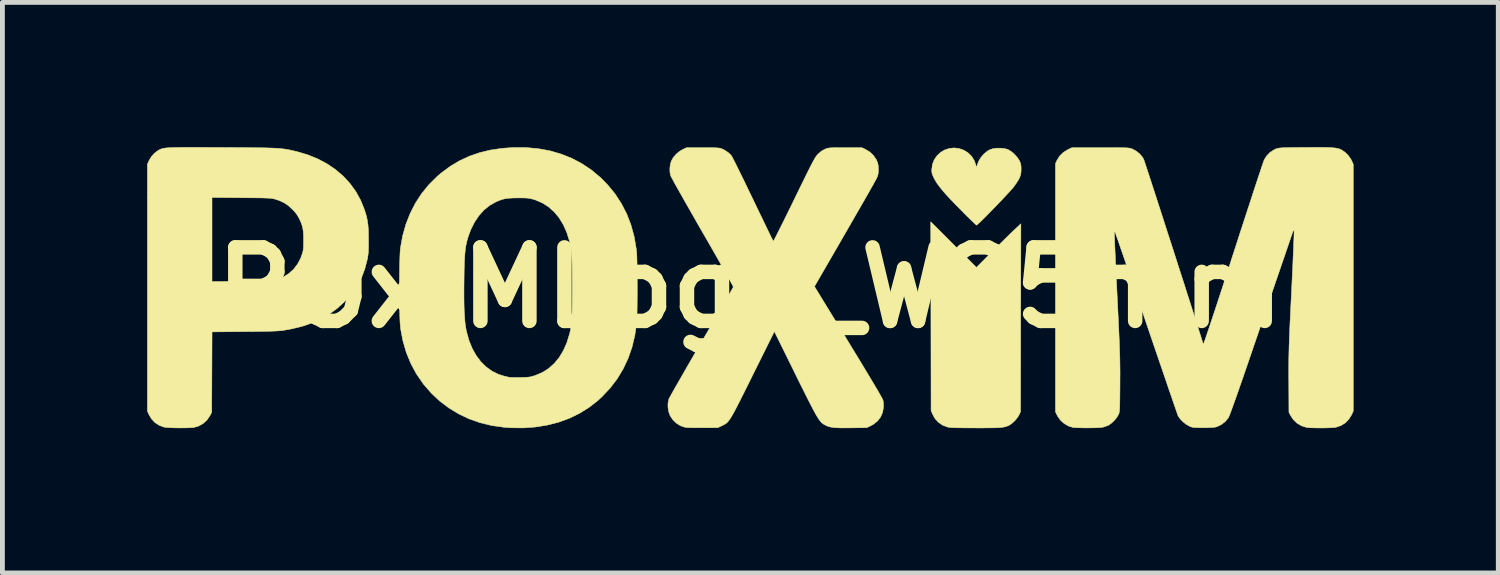
<source format=kicad_pcb>
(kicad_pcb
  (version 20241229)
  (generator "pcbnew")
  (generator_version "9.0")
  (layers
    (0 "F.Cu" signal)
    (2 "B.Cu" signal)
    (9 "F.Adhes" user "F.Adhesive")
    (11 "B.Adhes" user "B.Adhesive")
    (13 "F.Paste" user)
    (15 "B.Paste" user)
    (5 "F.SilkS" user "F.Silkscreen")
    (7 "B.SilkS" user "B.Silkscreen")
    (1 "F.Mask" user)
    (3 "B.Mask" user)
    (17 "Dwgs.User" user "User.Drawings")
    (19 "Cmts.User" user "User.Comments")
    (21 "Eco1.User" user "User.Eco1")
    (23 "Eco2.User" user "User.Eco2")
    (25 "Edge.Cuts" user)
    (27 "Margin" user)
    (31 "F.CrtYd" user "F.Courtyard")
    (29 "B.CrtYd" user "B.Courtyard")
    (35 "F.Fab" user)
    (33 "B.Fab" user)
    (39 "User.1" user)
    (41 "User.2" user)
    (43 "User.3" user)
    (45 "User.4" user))
  (footprint "POxiMLogo_W25mm"
    (layer "F.Cu")
    (at 12.495 2.912)
    (property "Reference" "POxiMLogo_W25mm" (at 0 0 0) (layer "F.SilkS") (effects (font (size 1.524 1.524) (thickness 0.3))))
    (attr through_hole)
    (fp_poly (pts (xy 4.693 -0.419) (xy 5.004 -0.731) (xy 5.085 -0.812) (xy 5.168 -0.894) (xy 5.249 -0.974) (xy 5.324 -1.048) (xy 5.39 -1.113) (xy 5.444 -1.164) (xy 5.464 -1.184) (xy 5.614 -1.324) (xy 5.61 0.624) (xy 5.607 2.572) (xy 5.579 2.632) (xy 5.542 2.693) (xy 5.492 2.754) (xy 5.435 2.808) (xy 5.378 2.848) (xy 5.372 2.851) (xy 5.344 2.864) (xy 5.314 2.876) (xy 5.282 2.885) (xy 5.245 2.892) (xy 5.199 2.898) (xy 5.142 2.902) (xy 5.073 2.905) (xy 4.987 2.906) (xy 4.882 2.907) (xy 4.756 2.908) (xy 4.67 2.907) (xy 4.534 2.907) (xy 4.422 2.906) (xy 4.33 2.905) (xy 4.257 2.903) (xy 4.199 2.901) (xy 4.154 2.898) (xy 4.121 2.894) (xy 4.096 2.889) (xy 4.09 2.888) (xy 3.989 2.849) (xy 3.903 2.789) (xy 3.833 2.712) (xy 3.782 2.618) (xy 3.782 2.618) (xy 3.753 2.546) (xy 3.75 0.591) (xy 3.746 -1.365) (xy 4.693 -0.419)) (stroke (width 0.01) (type solid)) (fill yes) (layer "F.SilkS"))
    (fp_poly (pts (xy 4.333 -2.884) (xy 4.43 -2.85) (xy 4.516 -2.797) (xy 4.589 -2.727) (xy 4.644 -2.642) (xy 4.678 -2.553) (xy 4.696 -2.483) (xy 4.705 -2.527) (xy 4.735 -2.613) (xy 4.785 -2.697) (xy 4.85 -2.773) (xy 4.925 -2.834) (xy 4.975 -2.861) (xy 5.035 -2.88) (xy 5.109 -2.89) (xy 5.189 -2.891) (xy 5.267 -2.884) (xy 5.332 -2.868) (xy 5.35 -2.861) (xy 5.414 -2.822) (xy 5.479 -2.767) (xy 5.537 -2.703) (xy 5.581 -2.638) (xy 5.584 -2.63) (xy 5.603 -2.589) (xy 5.613 -2.55) (xy 5.618 -2.505) (xy 5.619 -2.451) (xy 5.617 -2.393) (xy 5.609 -2.341) (xy 5.592 -2.29) (xy 5.565 -2.236) (xy 5.526 -2.174) (xy 5.472 -2.099) (xy 5.463 -2.087) (xy 5.439 -2.057) (xy 5.401 -2.014) (xy 5.352 -1.96) (xy 5.294 -1.898) (xy 5.229 -1.829) (xy 5.159 -1.756) (xy 5.088 -1.681) (xy 5.015 -1.607) (xy 4.946 -1.535) (xy 4.88 -1.469) (xy 4.821 -1.41) (xy 4.771 -1.361) (xy 4.731 -1.324) (xy 4.705 -1.302) (xy 4.695 -1.295) (xy 4.684 -1.304) (xy 4.656 -1.329) (xy 4.616 -1.368) (xy 4.563 -1.418) (xy 4.502 -1.478) (xy 4.433 -1.546) (xy 4.377 -1.604) (xy 4.255 -1.728) (xy 4.15 -1.837) (xy 4.062 -1.932) (xy 3.989 -2.017) (xy 3.928 -2.092) (xy 3.879 -2.159) (xy 3.841 -2.22) (xy 3.814 -2.268) (xy 3.79 -2.321) (xy 3.775 -2.361) (xy 3.768 -2.398) (xy 3.767 -2.441) (xy 3.767 -2.45) (xy 3.781 -2.554) (xy 3.817 -2.648) (xy 3.873 -2.731) (xy 3.945 -2.8) (xy 4.03 -2.852) (xy 4.127 -2.885) (xy 4.229 -2.896) (xy 4.333 -2.884)) (stroke (width 0.01) (type solid)) (fill yes) (layer "F.SilkS"))
    (fp_poly (pts (xy -11.36 -2.907) (xy -11.187 -2.906) (xy -10.991 -2.905) (xy -10.941 -2.905) (xy -10.737 -2.904) (xy -10.556 -2.903) (xy -10.397 -2.902) (xy -10.257 -2.9) (xy -10.136 -2.899) (xy -10.03 -2.897) (xy -9.938 -2.894) (xy -9.859 -2.891) (xy -9.789 -2.887) (xy -9.728 -2.882) (xy -9.674 -2.876) (xy -9.623 -2.869) (xy -9.576 -2.861) (xy -9.529 -2.852) (xy -9.481 -2.841) (xy -9.43 -2.829) (xy -9.385 -2.818) (xy -9.163 -2.752) (xy -8.955 -2.667) (xy -8.763 -2.565) (xy -8.588 -2.445) (xy -8.43 -2.31) (xy -8.291 -2.159) (xy -8.171 -1.994) (xy -8.072 -1.815) (xy -8.003 -1.647) (xy -7.972 -1.556) (xy -7.948 -1.473) (xy -7.931 -1.392) (xy -7.919 -1.308) (xy -7.911 -1.215) (xy -7.908 -1.108) (xy -7.907 -0.991) (xy -7.907 -0.892) (xy -7.908 -0.815) (xy -7.91 -0.753) (xy -7.914 -0.701) (xy -7.92 -0.656) (xy -7.927 -0.611) (xy -7.935 -0.575) (xy -7.985 -0.385) (xy -8.05 -0.213) (xy -8.132 -0.055) (xy -8.233 0.095) (xy -8.356 0.24) (xy -8.407 0.293) (xy -8.556 0.429) (xy -8.716 0.546) (xy -8.888 0.647) (xy -9.075 0.731) (xy -9.278 0.8) (xy -9.499 0.854) (xy -9.666 0.884) (xy -9.702 0.889) (xy -9.744 0.893) (xy -9.794 0.897) (xy -9.856 0.9) (xy -9.93 0.903) (xy -10.02 0.905) (xy -10.127 0.907) (xy -10.255 0.909) (xy -10.404 0.91) (xy -10.474 0.911) (xy -11.15 0.917) (xy -11.157 2.584) (xy -11.193 2.652) (xy -11.254 2.742) (xy -11.332 2.814) (xy -11.425 2.867) (xy -11.522 2.896) (xy -11.562 2.901) (xy -11.622 2.904) (xy -11.695 2.906) (xy -11.778 2.907) (xy -11.863 2.907) (xy -11.947 2.905) (xy -12.023 2.902) (xy -12.087 2.898) (xy -12.133 2.893) (xy -12.148 2.89) (xy -12.247 2.853) (xy -12.335 2.795) (xy -12.406 2.718) (xy -12.454 2.638) (xy -12.49 2.559) (xy -12.49 -0.126) (xy -11.151 -0.126) (xy -10.531 -0.13) (xy -10.39 -0.131) (xy -10.271 -0.132) (xy -10.173 -0.133) (xy -10.093 -0.135) (xy -10.028 -0.136) (xy -9.977 -0.138) (xy -9.936 -0.141) (xy -9.904 -0.144) (xy -9.878 -0.148) (xy -9.855 -0.153) (xy -9.833 -0.159) (xy -9.817 -0.163) (xy -9.682 -0.217) (xy -9.563 -0.289) (xy -9.461 -0.38) (xy -9.377 -0.489) (xy -9.311 -0.614) (xy -9.288 -0.677) (xy -9.275 -0.72) (xy -9.265 -0.758) (xy -9.259 -0.797) (xy -9.255 -0.843) (xy -9.254 -0.903) (xy -9.253 -0.978) (xy -9.254 -1.08) (xy -9.259 -1.162) (xy -9.269 -1.233) (xy -9.287 -1.299) (xy -9.312 -1.365) (xy -9.344 -1.435) (xy -9.384 -1.505) (xy -9.435 -1.571) (xy -9.487 -1.626) (xy -9.571 -1.702) (xy -9.656 -1.759) (xy -9.752 -1.804) (xy -9.83 -1.83) (xy -9.853 -1.837) (xy -9.875 -1.842) (xy -9.899 -1.847) (xy -9.927 -1.851) (xy -9.962 -1.854) (xy -10.006 -1.856) (xy -10.062 -1.858) (xy -10.133 -1.86) (xy -10.219 -1.861) (xy -10.325 -1.862) (xy -10.452 -1.863) (xy -10.538 -1.864) (xy -11.151 -1.869) (xy -11.151 -0.126) (xy -12.49 -0.126) (xy -12.49 -2.559) (xy -12.454 -2.638) (xy -12.407 -2.715) (xy -12.344 -2.786) (xy -12.272 -2.841) (xy -12.247 -2.855) (xy -12.228 -2.864) (xy -12.209 -2.873) (xy -12.188 -2.88) (xy -12.163 -2.886) (xy -12.134 -2.891) (xy -12.097 -2.896) (xy -12.052 -2.899) (xy -11.997 -2.902) (xy -11.929 -2.904) (xy -11.849 -2.906) (xy -11.753 -2.907) (xy -11.641 -2.907) (xy -11.51 -2.907) (xy -11.36 -2.907)) (stroke (width 0.01) (type solid)) (fill yes) (layer "F.SilkS"))
    (fp_poly (pts (xy -4.648 -2.904) (xy -4.392 -2.881) (xy -4.146 -2.836) (xy -3.912 -2.768) (xy -3.689 -2.679) (xy -3.479 -2.567) (xy -3.281 -2.434) (xy -3.096 -2.279) (xy -2.949 -2.129) (xy -2.796 -1.942) (xy -2.665 -1.741) (xy -2.555 -1.527) (xy -2.468 -1.301) (xy -2.402 -1.062) (xy -2.359 -0.811) (xy -2.35 -0.731) (xy -2.347 -0.683) (xy -2.344 -0.612) (xy -2.342 -0.523) (xy -2.34 -0.418) (xy -2.339 -0.303) (xy -2.338 -0.178) (xy -2.337 -0.05) (xy -2.337 0.08) (xy -2.338 0.209) (xy -2.339 0.331) (xy -2.34 0.444) (xy -2.342 0.545) (xy -2.345 0.63) (xy -2.348 0.696) (xy -2.35 0.731) (xy -2.387 0.988) (xy -2.445 1.232) (xy -2.525 1.462) (xy -2.627 1.68) (xy -2.75 1.885) (xy -2.896 2.077) (xy -3.064 2.256) (xy -3.159 2.344) (xy -3.339 2.484) (xy -3.534 2.605) (xy -3.743 2.707) (xy -3.965 2.788) (xy -4.199 2.848) (xy -4.444 2.888) (xy -4.699 2.907) (xy -4.961 2.904) (xy -5.105 2.893) (xy -5.353 2.858) (xy -5.592 2.8) (xy -5.82 2.72) (xy -6.036 2.618) (xy -6.239 2.495) (xy -6.429 2.352) (xy -6.603 2.189) (xy -6.761 2.008) (xy -6.781 1.981) (xy -6.918 1.781) (xy -7.031 1.57) (xy -7.123 1.346) (xy -7.192 1.11) (xy -7.24 0.862) (xy -7.245 0.822) (xy -7.25 0.767) (xy -7.255 0.69) (xy -7.258 0.595) (xy -7.261 0.484) (xy -7.264 0.361) (xy -7.265 0.229) (xy -7.266 0.092) (xy -7.266 0.031) (xy -5.929 0.031) (xy -5.929 0.204) (xy -5.927 0.356) (xy -5.923 0.489) (xy -5.916 0.605) (xy -5.908 0.707) (xy -5.897 0.796) (xy -5.883 0.876) (xy -5.875 0.914) (xy -5.824 1.096) (xy -5.757 1.261) (xy -5.675 1.407) (xy -5.579 1.535) (xy -5.469 1.643) (xy -5.347 1.73) (xy -5.214 1.796) (xy -5.117 1.827) (xy -5.065 1.841) (xy -5.023 1.851) (xy -4.986 1.858) (xy -4.948 1.861) (xy -4.903 1.863) (xy -4.845 1.863) (xy -4.768 1.862) (xy -4.763 1.861) (xy -4.685 1.86) (xy -4.627 1.857) (xy -4.58 1.853) (xy -4.54 1.846) (xy -4.5 1.835) (xy -4.452 1.82) (xy -4.442 1.816) (xy -4.3 1.756) (xy -4.172 1.674) (xy -4.057 1.571) (xy -3.955 1.448) (xy -3.869 1.305) (xy -3.797 1.143) (xy -3.741 0.963) (xy -3.741 0.962) (xy -3.728 0.91) (xy -3.717 0.859) (xy -3.709 0.808) (xy -3.701 0.753) (xy -3.696 0.691) (xy -3.691 0.62) (xy -3.688 0.538) (xy -3.686 0.441) (xy -3.684 0.328) (xy -3.683 0.195) (xy -3.683 0.04) (xy -3.683 0) (xy -3.683 -0.161) (xy -3.684 -0.299) (xy -3.685 -0.417) (xy -3.687 -0.517) (xy -3.69 -0.602) (xy -3.695 -0.676) (xy -3.7 -0.739) (xy -3.707 -0.796) (xy -3.715 -0.848) (xy -3.725 -0.898) (xy -3.737 -0.949) (xy -3.74 -0.96) (xy -3.796 -1.14) (xy -3.868 -1.302) (xy -3.955 -1.446) (xy -4.057 -1.569) (xy -4.173 -1.673) (xy -4.303 -1.756) (xy -4.446 -1.817) (xy -4.49 -1.831) (xy -4.532 -1.842) (xy -4.571 -1.85) (xy -4.613 -1.856) (xy -4.664 -1.859) (xy -4.729 -1.86) (xy -4.807 -1.86) (xy -4.909 -1.859) (xy -4.992 -1.854) (xy -5.062 -1.846) (xy -5.125 -1.832) (xy -5.187 -1.811) (xy -5.254 -1.783) (xy -5.277 -1.772) (xy -5.402 -1.701) (xy -5.516 -1.607) (xy -5.619 -1.492) (xy -5.709 -1.359) (xy -5.785 -1.208) (xy -5.836 -1.073) (xy -5.855 -1.01) (xy -5.872 -0.949) (xy -5.885 -0.887) (xy -5.897 -0.822) (xy -5.905 -0.75) (xy -5.912 -0.669) (xy -5.918 -0.575) (xy -5.922 -0.464) (xy -5.925 -0.335) (xy -5.927 -0.184) (xy -5.927 -0.165) (xy -5.929 0.031) (xy -7.266 0.031) (xy -7.266 -0.048) (xy -7.265 -0.186) (xy -7.264 -0.32) (xy -7.262 -0.446) (xy -7.259 -0.561) (xy -7.256 -0.661) (xy -7.252 -0.744) (xy -7.247 -0.806) (xy -7.245 -0.822) (xy -7.201 -1.07) (xy -7.134 -1.308) (xy -7.046 -1.534) (xy -6.937 -1.748) (xy -6.808 -1.947) (xy -6.658 -2.132) (xy -6.489 -2.3) (xy -6.397 -2.379) (xy -6.213 -2.515) (xy -6.022 -2.629) (xy -5.821 -2.723) (xy -5.61 -2.796) (xy -5.385 -2.851) (xy -5.146 -2.887) (xy -4.915 -2.904) (xy -4.648 -2.904)) (stroke (width 0.01) (type solid)) (fill yes) (layer "F.SilkS"))
    (fp_poly (pts (xy 2.39 -2.868) (xy 2.48 -2.814) (xy 2.556 -2.743) (xy 2.613 -2.66) (xy 2.624 -2.638) (xy 2.643 -2.592) (xy 2.654 -2.552) (xy 2.659 -2.506) (xy 2.661 -2.451) (xy 2.659 -2.393) (xy 2.654 -2.35) (xy 2.643 -2.311) (xy 2.624 -2.267) (xy 2.621 -2.261) (xy 2.609 -2.238) (xy 2.585 -2.195) (xy 2.551 -2.133) (xy 2.506 -2.055) (xy 2.453 -1.96) (xy 2.391 -1.852) (xy 2.322 -1.732) (xy 2.247 -1.602) (xy 2.167 -1.463) (xy 2.083 -1.316) (xy 1.995 -1.164) (xy 1.959 -1.101) (xy 1.336 -0.024) (xy 2.038 1.123) (xy 2.149 1.306) (xy 2.254 1.477) (xy 2.35 1.636) (xy 2.437 1.781) (xy 2.515 1.911) (xy 2.583 2.025) (xy 2.641 2.123) (xy 2.687 2.203) (xy 2.722 2.265) (xy 2.745 2.307) (xy 2.755 2.328) (xy 2.755 2.329) (xy 2.765 2.384) (xy 2.767 2.452) (xy 2.766 2.482) (xy 2.747 2.588) (xy 2.706 2.682) (xy 2.644 2.763) (xy 2.561 2.83) (xy 2.502 2.863) (xy 2.419 2.902) (xy 2.096 2.906) (xy 1.975 2.907) (xy 1.876 2.907) (xy 1.796 2.904) (xy 1.732 2.899) (xy 1.679 2.891) (xy 1.635 2.88) (xy 1.596 2.866) (xy 1.56 2.849) (xy 1.54 2.838) (xy 1.522 2.827) (xy 1.504 2.814) (xy 1.486 2.8) (xy 1.468 2.781) (xy 1.448 2.757) (xy 1.427 2.728) (xy 1.403 2.69) (xy 1.375 2.645) (xy 1.344 2.589) (xy 1.308 2.522) (xy 1.266 2.442) (xy 1.218 2.349) (xy 1.164 2.241) (xy 1.102 2.117) (xy 1.031 1.976) (xy 0.952 1.816) (xy 0.864 1.636) (xy 0.765 1.436) (xy 0.721 1.346) (xy 0.505 0.908) (xy 0.057 1.81) (xy -0.028 1.982) (xy -0.103 2.132) (xy -0.168 2.262) (xy -0.225 2.375) (xy -0.274 2.471) (xy -0.316 2.551) (xy -0.353 2.618) (xy -0.385 2.673) (xy -0.412 2.717) (xy -0.437 2.752) (xy -0.46 2.78) (xy -0.481 2.802) (xy -0.503 2.819) (xy -0.525 2.833) (xy -0.548 2.845) (xy -0.574 2.858) (xy -0.584 2.863) (xy -0.667 2.902) (xy -0.978 2.904) (xy -1.068 2.904) (xy -1.152 2.904) (xy -1.227 2.902) (xy -1.287 2.9) (xy -1.329 2.897) (xy -1.345 2.895) (xy -1.439 2.863) (xy -1.526 2.809) (xy -1.6 2.737) (xy -1.657 2.651) (xy -1.659 2.646) (xy -1.686 2.568) (xy -1.7 2.482) (xy -1.7 2.395) (xy -1.684 2.317) (xy -1.68 2.305) (xy -1.67 2.285) (xy -1.648 2.245) (xy -1.616 2.187) (xy -1.573 2.11) (xy -1.521 2.019) (xy -1.46 1.913) (xy -1.392 1.795) (xy -1.318 1.665) (xy -1.238 1.527) (xy -1.153 1.38) (xy -1.064 1.227) (xy -1.004 1.124) (xy -0.913 0.969) (xy -0.826 0.82) (xy -0.744 0.678) (xy -0.667 0.546) (xy -0.596 0.423) (xy -0.533 0.313) (xy -0.477 0.216) (xy -0.43 0.134) (xy -0.392 0.069) (xy -0.365 0.021) (xy -0.35 -0.007) (xy -0.346 -0.014) (xy -0.352 -0.028) (xy -0.369 -0.063) (xy -0.398 -0.116) (xy -0.437 -0.188) (xy -0.486 -0.276) (xy -0.544 -0.379) (xy -0.61 -0.496) (xy -0.683 -0.625) (xy -0.763 -0.765) (xy -0.849 -0.915) (xy -0.94 -1.073) (xy -0.983 -1.147) (xy -1.073 -1.303) (xy -1.159 -1.454) (xy -1.241 -1.598) (xy -1.319 -1.733) (xy -1.39 -1.859) (xy -1.454 -1.973) (xy -1.511 -2.073) (xy -1.559 -2.16) (xy -1.597 -2.23) (xy -1.625 -2.282) (xy -1.642 -2.314) (xy -1.646 -2.324) (xy -1.66 -2.396) (xy -1.661 -2.479) (xy -1.65 -2.562) (xy -1.628 -2.632) (xy -1.587 -2.702) (xy -1.527 -2.77) (xy -1.457 -2.828) (xy -1.393 -2.865) (xy -1.314 -2.902) (xy -0.978 -2.902) (xy -0.873 -2.901) (xy -0.79 -2.901) (xy -0.726 -2.899) (xy -0.678 -2.897) (xy -0.642 -2.893) (xy -0.615 -2.888) (xy -0.593 -2.882) (xy -0.587 -2.88) (xy -0.516 -2.844) (xy -0.449 -2.798) (xy -0.395 -2.747) (xy -0.383 -2.731) (xy -0.372 -2.712) (xy -0.351 -2.672) (xy -0.32 -2.612) (xy -0.282 -2.536) (xy -0.237 -2.444) (xy -0.185 -2.339) (xy -0.128 -2.223) (xy -0.067 -2.097) (xy -0.003 -1.963) (xy 0.063 -1.827) (xy 0.129 -1.689) (xy 0.192 -1.558) (xy 0.252 -1.435) (xy 0.306 -1.322) (xy 0.355 -1.221) (xy 0.397 -1.135) (xy 0.431 -1.063) (xy 0.458 -1.01) (xy 0.475 -0.975) (xy 0.482 -0.962) (xy 0.482 -0.962) (xy 0.489 -0.971) (xy 0.506 -1.002) (xy 0.532 -1.052) (xy 0.567 -1.12) (xy 0.609 -1.204) (xy 0.658 -1.302) (xy 0.713 -1.412) (xy 0.773 -1.534) (xy 0.837 -1.664) (xy 0.904 -1.802) (xy 0.915 -1.824) (xy 0.994 -1.987) (xy 1.063 -2.128) (xy 1.123 -2.25) (xy 1.174 -2.354) (xy 1.217 -2.441) (xy 1.254 -2.514) (xy 1.285 -2.574) (xy 1.311 -2.622) (xy 1.332 -2.661) (xy 1.35 -2.691) (xy 1.366 -2.715) (xy 1.38 -2.735) (xy 1.394 -2.751) (xy 1.407 -2.765) (xy 1.411 -2.769) (xy 1.481 -2.83) (xy 1.553 -2.87) (xy 1.557 -2.872) (xy 1.581 -2.881) (xy 1.603 -2.888) (xy 1.627 -2.893) (xy 1.657 -2.897) (xy 1.697 -2.899) (xy 1.749 -2.901) (xy 1.817 -2.902) (xy 1.906 -2.902) (xy 1.975 -2.902) (xy 2.318 -2.902) (xy 2.39 -2.868)) (stroke (width 0.01) (type solid)) (fill yes) (layer "F.SilkS"))
    (fp_poly (pts (xy 11.886 -2.907) (xy 11.971 -2.905) (xy 12.04 -2.902) (xy 12.096 -2.898) (xy 12.142 -2.893) (xy 12.179 -2.885) (xy 12.211 -2.877) (xy 12.238 -2.866) (xy 12.26 -2.855) (xy 12.333 -2.806) (xy 12.4 -2.74) (xy 12.453 -2.664) (xy 12.467 -2.638) (xy 12.503 -2.559) (xy 12.503 2.559) (xy 12.467 2.638) (xy 12.411 2.728) (xy 12.338 2.803) (xy 12.249 2.858) (xy 12.148 2.893) (xy 12.144 2.894) (xy 12.105 2.899) (xy 12.047 2.903) (xy 11.974 2.906) (xy 11.892 2.908) (xy 11.806 2.908) (xy 11.723 2.907) (xy 11.647 2.905) (xy 11.584 2.902) (xy 11.54 2.897) (xy 11.534 2.896) (xy 11.431 2.864) (xy 11.339 2.81) (xy 11.262 2.737) (xy 11.205 2.652) (xy 11.17 2.584) (xy 11.167 1.943) (xy 11.166 1.834) (xy 11.166 1.735) (xy 11.166 1.644) (xy 11.167 1.557) (xy 11.167 1.473) (xy 11.169 1.389) (xy 11.171 1.304) (xy 11.173 1.214) (xy 11.177 1.117) (xy 11.181 1.011) (xy 11.185 0.894) (xy 11.191 0.763) (xy 11.198 0.616) (xy 11.206 0.45) (xy 11.215 0.264) (xy 11.225 0.064) (xy 11.233 -0.112) (xy 11.241 -0.28) (xy 11.249 -0.439) (xy 11.255 -0.587) (xy 11.261 -0.723) (xy 11.266 -0.845) (xy 11.27 -0.952) (xy 11.274 -1.04) (xy 11.276 -1.109) (xy 11.277 -1.157) (xy 11.276 -1.183) (xy 11.276 -1.186) (xy 11.265 -1.184) (xy 11.253 -1.164) (xy 11.252 -1.161) (xy 11.246 -1.145) (xy 11.233 -1.107) (xy 11.212 -1.046) (xy 11.185 -0.966) (xy 11.151 -0.867) (xy 11.111 -0.751) (xy 11.066 -0.618) (xy 11.015 -0.471) (xy 10.96 -0.31) (xy 10.901 -0.138) (xy 10.838 0.046) (xy 10.772 0.239) (xy 10.704 0.441) (xy 10.632 0.649) (xy 10.596 0.755) (xy 10.506 1.02) (xy 10.423 1.262) (xy 10.348 1.481) (xy 10.28 1.679) (xy 10.219 1.857) (xy 10.164 2.014) (xy 10.116 2.153) (xy 10.073 2.274) (xy 10.036 2.378) (xy 10.004 2.466) (xy 9.978 2.539) (xy 9.956 2.598) (xy 9.938 2.643) (xy 9.925 2.675) (xy 9.915 2.696) (xy 9.911 2.702) (xy 9.849 2.776) (xy 9.77 2.837) (xy 9.684 2.879) (xy 9.655 2.888) (xy 9.62 2.894) (xy 9.577 2.898) (xy 9.519 2.901) (xy 9.442 2.902) (xy 9.398 2.902) (xy 9.318 2.902) (xy 9.258 2.901) (xy 9.214 2.899) (xy 9.181 2.895) (xy 9.154 2.889) (xy 9.128 2.88) (xy 9.099 2.867) (xy 9.097 2.865) (xy 9.035 2.829) (xy 8.974 2.78) (xy 8.919 2.724) (xy 8.88 2.67) (xy 8.874 2.66) (xy 8.868 2.644) (xy 8.854 2.605) (xy 8.833 2.545) (xy 8.805 2.465) (xy 8.771 2.366) (xy 8.731 2.249) (xy 8.685 2.116) (xy 8.635 1.969) (xy 8.58 1.808) (xy 8.521 1.635) (xy 8.458 1.451) (xy 8.392 1.258) (xy 8.323 1.056) (xy 8.252 0.848) (xy 8.217 0.743) (xy 8.145 0.532) (xy 8.075 0.328) (xy 8.008 0.131) (xy 7.944 -0.056) (xy 7.884 -0.233) (xy 7.827 -0.399) (xy 7.775 -0.551) (xy 7.728 -0.689) (xy 7.685 -0.812) (xy 7.649 -0.917) (xy 7.619 -1.005) (xy 7.595 -1.072) (xy 7.578 -1.12) (xy 7.569 -1.145) (xy 7.567 -1.149) (xy 7.554 -1.156) (xy 7.551 -1.154) (xy 7.551 -1.141) (xy 7.552 -1.104) (xy 7.554 -1.045) (xy 7.557 -0.966) (xy 7.561 -0.868) (xy 7.566 -0.754) (xy 7.572 -0.624) (xy 7.578 -0.48) (xy 7.586 -0.325) (xy 7.594 -0.16) (xy 7.602 0.014) (xy 7.608 0.14) (xy 7.619 0.354) (xy 7.628 0.544) (xy 7.636 0.714) (xy 7.643 0.864) (xy 7.649 0.999) (xy 7.654 1.118) (xy 7.658 1.226) (xy 7.661 1.323) (xy 7.664 1.413) (xy 7.666 1.497) (xy 7.667 1.577) (xy 7.668 1.657) (xy 7.669 1.737) (xy 7.669 1.82) (xy 7.668 1.909) (xy 7.668 2) (xy 7.667 2.136) (xy 7.666 2.248) (xy 7.665 2.34) (xy 7.664 2.414) (xy 7.662 2.472) (xy 7.66 2.517) (xy 7.658 2.551) (xy 7.654 2.576) (xy 7.65 2.596) (xy 7.645 2.612) (xy 7.639 2.627) (xy 7.636 2.632) (xy 7.6 2.693) (xy 7.549 2.754) (xy 7.492 2.808) (xy 7.436 2.848) (xy 7.43 2.851) (xy 7.381 2.871) (xy 7.326 2.889) (xy 7.305 2.894) (xy 7.269 2.899) (xy 7.213 2.902) (xy 7.142 2.905) (xy 7.062 2.906) (xy 6.978 2.907) (xy 6.894 2.906) (xy 6.817 2.904) (xy 6.751 2.902) (xy 6.703 2.898) (xy 6.685 2.895) (xy 6.594 2.865) (xy 6.509 2.814) (xy 6.435 2.747) (xy 6.377 2.667) (xy 6.364 2.642) (xy 6.331 2.572) (xy 6.331 -2.572) (xy 6.364 -2.642) (xy 6.419 -2.73) (xy 6.495 -2.804) (xy 6.587 -2.861) (xy 6.589 -2.862) (xy 6.674 -2.902) (xy 7.264 -2.902) (xy 7.402 -2.902) (xy 7.517 -2.902) (xy 7.611 -2.901) (xy 7.687 -2.901) (xy 7.748 -2.9) (xy 7.795 -2.898) (xy 7.831 -2.896) (xy 7.858 -2.893) (xy 7.88 -2.889) (xy 7.898 -2.884) (xy 7.914 -2.878) (xy 7.927 -2.873) (xy 8.003 -2.832) (xy 8.074 -2.775) (xy 8.131 -2.709) (xy 8.158 -2.663) (xy 8.165 -2.646) (xy 8.178 -2.607) (xy 8.198 -2.547) (xy 8.224 -2.468) (xy 8.256 -2.371) (xy 8.293 -2.258) (xy 8.334 -2.13) (xy 8.38 -1.99) (xy 8.429 -1.838) (xy 8.481 -1.677) (xy 8.536 -1.507) (xy 8.593 -1.331) (xy 8.651 -1.15) (xy 8.711 -0.966) (xy 8.771 -0.78) (xy 8.831 -0.593) (xy 8.89 -0.408) (xy 8.949 -0.226) (xy 9.006 -0.049) (xy 9.06 0.122) (xy 9.113 0.286) (xy 9.162 0.44) (xy 9.208 0.583) (xy 9.249 0.714) (xy 9.286 0.83) (xy 9.318 0.931) (xy 9.345 1.015) (xy 9.365 1.08) (xy 9.378 1.124) (xy 9.385 1.147) (xy 9.385 1.149) (xy 9.395 1.155) (xy 9.401 1.156) (xy 9.407 1.144) (xy 9.421 1.108) (xy 9.442 1.05) (xy 9.469 0.969) (xy 9.504 0.866) (xy 9.545 0.743) (xy 9.593 0.599) (xy 9.647 0.436) (xy 9.707 0.253) (xy 9.773 0.052) (xy 9.844 -0.167) (xy 9.921 -0.403) (xy 10.002 -0.656) (xy 10.019 -0.708) (xy 10.088 -0.92) (xy 10.154 -1.126) (xy 10.219 -1.325) (xy 10.281 -1.515) (xy 10.34 -1.695) (xy 10.395 -1.864) (xy 10.446 -2.021) (xy 10.493 -2.163) (xy 10.535 -2.29) (xy 10.572 -2.4) (xy 10.602 -2.492) (xy 10.627 -2.565) (xy 10.645 -2.616) (xy 10.655 -2.645) (xy 10.657 -2.65) (xy 10.709 -2.732) (xy 10.779 -2.804) (xy 10.862 -2.858) (xy 10.894 -2.873) (xy 10.912 -2.88) (xy 10.93 -2.886) (xy 10.95 -2.89) (xy 10.975 -2.894) (xy 11.007 -2.897) (xy 11.049 -2.9) (xy 11.103 -2.901) (xy 11.172 -2.903) (xy 11.259 -2.904) (xy 11.365 -2.905) (xy 11.494 -2.906) (xy 11.513 -2.906) (xy 11.659 -2.907) (xy 11.783 -2.907) (xy 11.886 -2.907)) (stroke (width 0.01) (type solid)) (fill yes) (layer "F.SilkS")))
  (gr_rect
    (start -3 -3)
    (end 28.004 8.825)
    (stroke (width 0.1) (type default))
    (fill no)
    (layer "Edge.Cuts")))
</source>
